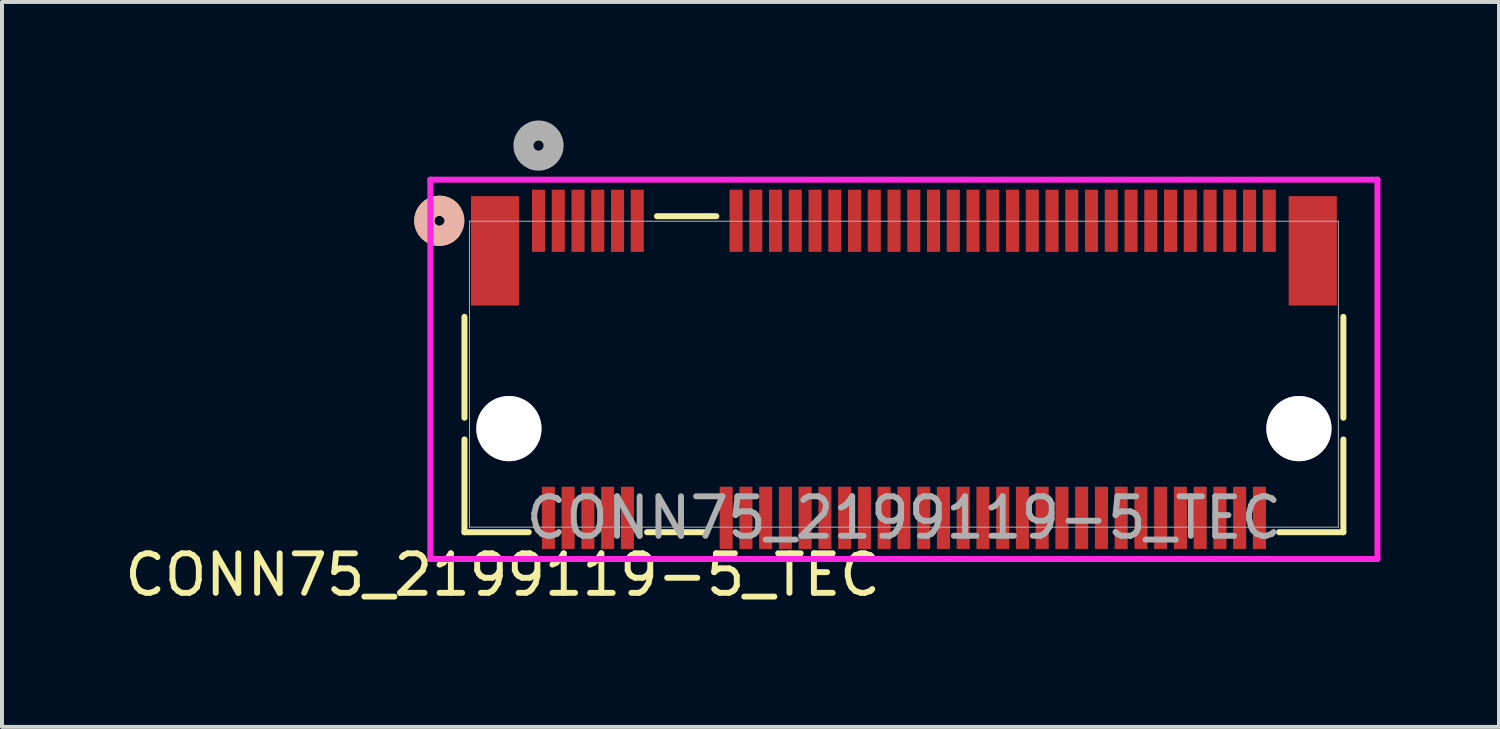
<source format=kicad_pcb>
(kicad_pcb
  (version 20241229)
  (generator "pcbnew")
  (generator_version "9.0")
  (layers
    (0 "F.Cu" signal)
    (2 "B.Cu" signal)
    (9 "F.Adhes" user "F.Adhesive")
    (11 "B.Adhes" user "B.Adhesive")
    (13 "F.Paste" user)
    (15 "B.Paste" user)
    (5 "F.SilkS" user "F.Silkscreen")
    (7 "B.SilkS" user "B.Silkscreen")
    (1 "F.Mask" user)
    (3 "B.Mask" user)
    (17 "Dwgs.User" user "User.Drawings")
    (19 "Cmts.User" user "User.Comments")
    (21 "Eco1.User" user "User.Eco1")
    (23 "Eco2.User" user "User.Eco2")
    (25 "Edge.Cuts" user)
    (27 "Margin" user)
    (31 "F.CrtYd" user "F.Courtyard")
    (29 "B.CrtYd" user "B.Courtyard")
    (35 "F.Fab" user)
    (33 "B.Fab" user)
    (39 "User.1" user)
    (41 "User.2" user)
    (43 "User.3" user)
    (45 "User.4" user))
  (footprint "CONN75_2199119-5_TEC"
    (layer "F.Cu")
    (at 19.833 6.423)
    (property "Reference" "CONN75_2199119-5_TEC" (at -10.16 5.08 0) (unlocked yes) (layer "F.SilkS") (effects (font (size 1 1) (thickness 0.15))))
    (attr smd)
    (fp_line (start -11.125 -1.451) (end -11.125 1.102) (stroke (width 0.152) (type solid)) (layer "F.SilkS"))
    (fp_line (start -11.125 1.651) (end -11.125 4) (stroke (width 0.152) (type solid)) (layer "F.SilkS"))
    (fp_line (start -11.125 4) (end -9.498 4) (stroke (width 0.152) (type solid)) (layer "F.SilkS"))
    (fp_line (start -6.502 4) (end -4.998 4) (stroke (width 0.152) (type solid)) (layer "F.SilkS"))
    (fp_line (start -4.748 -4) (end -6.252 -4) (stroke (width 0.152) (type solid)) (layer "F.SilkS"))
    (fp_line (start 9.498 4) (end 11.125 4) (stroke (width 0.152) (type solid)) (layer "F.SilkS"))
    (fp_line (start 11.125 1.102) (end 11.125 -1.451) (stroke (width 0.152) (type solid)) (layer "F.SilkS"))
    (fp_line (start 11.125 4) (end 11.125 1.651) (stroke (width 0.152) (type solid)) (layer "F.SilkS"))
    (fp_arc (start -11.47014 -3.636465) (mid -12.1412 -3.8835) (end -11.47014 -4.130534) (stroke (width 0.508) (type solid)) (layer "F.SilkS"))
    (fp_circle (center -11.76 -3.884) (end -11.379 -3.884) (stroke (width 0.508) (type solid)) (fill no) (layer "B.SilkS"))
    (fp_line (start -11.988 -4.925) (end -11.988 4.678) (stroke (width 0.152) (type solid)) (layer "F.CrtYd"))
    (fp_line (start -11.988 4.678) (end 11.988 4.678) (stroke (width 0.152) (type solid)) (layer "F.CrtYd"))
    (fp_line (start 11.988 -4.925) (end -11.988 -4.925) (stroke (width 0.152) (type solid)) (layer "F.CrtYd"))
    (fp_line (start 11.988 4.678) (end 11.988 -4.925) (stroke (width 0.152) (type solid)) (layer "F.CrtYd"))
    (fp_line (start -10.998 -3.873) (end -10.998 3.873) (stroke (width 0.025) (type solid)) (layer "F.Fab"))
    (fp_line (start -10.998 3.873) (end 10.998 3.873) (stroke (width 0.025) (type solid)) (layer "F.Fab"))
    (fp_line (start 10.998 -3.873) (end -10.998 -3.873) (stroke (width 0.025) (type solid)) (layer "F.Fab"))
    (fp_line (start 10.998 3.873) (end 10.998 -3.873) (stroke (width 0.025) (type solid)) (layer "F.Fab"))
    (fp_circle (center -9.25 -5.788) (end -8.869 -5.788) (stroke (width 0.508) (type solid)) (fill no) (layer "F.Fab"))
    (fp_text user "${REFERENCE}" (at 0 3.636 0) (unlocked yes) (layer "F.Fab") (effects (font (size 1 1) (thickness 0.15))))
    (pad "1" smd rect (at -9.25 -3.884) (size 0.33 1.575) (layers "F.Cu" "F.Mask" "F.Paste"))
    (pad "2" smd rect (at -9 3.636) (size 0.33 1.575) (layers "F.Cu" "F.Mask" "F.Paste"))
    (pad "3" smd rect (at -8.75 -3.884) (size 0.33 1.575) (layers "F.Cu" "F.Mask" "F.Paste"))
    (pad "4" smd rect (at -8.5 3.636) (size 0.33 1.575) (layers "F.Cu" "F.Mask" "F.Paste"))
    (pad "5" smd rect (at -8.25 -3.884) (size 0.33 1.575) (layers "F.Cu" "F.Mask" "F.Paste"))
    (pad "6" smd rect (at -8 3.636) (size 0.33 1.575) (layers "F.Cu" "F.Mask" "F.Paste"))
    (pad "7" smd rect (at -7.75 -3.884) (size 0.33 1.575) (layers "F.Cu" "F.Mask" "F.Paste"))
    (pad "8" smd rect (at -7.5 3.636) (size 0.33 1.575) (layers "F.Cu" "F.Mask" "F.Paste"))
    (pad "9" smd rect (at -7.25 -3.884) (size 0.33 1.575) (layers "F.Cu" "F.Mask" "F.Paste"))
    (pad "10" smd rect (at -7 3.636) (size 0.33 1.575) (layers "F.Cu" "F.Mask" "F.Paste"))
    (pad "11" smd rect (at -6.75 -3.884) (size 0.33 1.575) (layers "F.Cu" "F.Mask" "F.Paste"))
    (pad "20" smd rect (at -4.5 3.636) (size 0.33 1.575) (layers "F.Cu" "F.Mask" "F.Paste"))
    (pad "21" smd rect (at -4.25 -3.884) (size 0.33 1.575) (layers "F.Cu" "F.Mask" "F.Paste"))
    (pad "22" smd rect (at -4 3.636) (size 0.33 1.575) (layers "F.Cu" "F.Mask" "F.Paste"))
    (pad "23" smd rect (at -3.75 -3.884) (size 0.33 1.575) (layers "F.Cu" "F.Mask" "F.Paste"))
    (pad "24" smd rect (at -3.5 3.636) (size 0.33 1.575) (layers "F.Cu" "F.Mask" "F.Paste"))
    (pad "25" smd rect (at -3.25 -3.884) (size 0.33 1.575) (layers "F.Cu" "F.Mask" "F.Paste"))
    (pad "26" smd rect (at -3 3.636) (size 0.33 1.575) (layers "F.Cu" "F.Mask" "F.Paste"))
    (pad "27" smd rect (at -2.75 -3.884) (size 0.33 1.575) (layers "F.Cu" "F.Mask" "F.Paste"))
    (pad "28" smd rect (at -2.5 3.636) (size 0.33 1.575) (layers "F.Cu" "F.Mask" "F.Paste"))
    (pad "29" smd rect (at -2.25 -3.884) (size 0.33 1.575) (layers "F.Cu" "F.Mask" "F.Paste"))
    (pad "30" smd rect (at -2 3.636) (size 0.33 1.575) (layers "F.Cu" "F.Mask" "F.Paste"))
    (pad "31" smd rect (at -1.75 -3.884) (size 0.33 1.575) (layers "F.Cu" "F.Mask" "F.Paste"))
    (pad "32" smd rect (at -1.5 3.636) (size 0.33 1.575) (layers "F.Cu" "F.Mask" "F.Paste"))
    (pad "33" smd rect (at -1.25 -3.884) (size 0.33 1.575) (layers "F.Cu" "F.Mask" "F.Paste"))
    (pad "34" smd rect (at -1 3.636) (size 0.33 1.575) (layers "F.Cu" "F.Mask" "F.Paste"))
    (pad "35" smd rect (at -0.75 -3.884) (size 0.33 1.575) (layers "F.Cu" "F.Mask" "F.Paste"))
    (pad "36" smd rect (at -0.5 3.636) (size 0.33 1.575) (layers "F.Cu" "F.Mask" "F.Paste"))
    (pad "37" smd rect (at -0.25 -3.884) (size 0.33 1.575) (layers "F.Cu" "F.Mask" "F.Paste"))
    (pad "38" smd rect (at 0 3.636) (size 0.33 1.575) (layers "F.Cu" "F.Mask" "F.Paste"))
    (pad "39" smd rect (at 0.25 -3.884) (size 0.33 1.575) (layers "F.Cu" "F.Mask" "F.Paste"))
    (pad "40" smd rect (at 0.5 3.636) (size 0.33 1.575) (layers "F.Cu" "F.Mask" "F.Paste"))
    (pad "41" smd rect (at 0.75 -3.884) (size 0.33 1.575) (layers "F.Cu" "F.Mask" "F.Paste"))
    (pad "42" smd rect (at 1 3.636) (size 0.33 1.575) (layers "F.Cu" "F.Mask" "F.Paste"))
    (pad "43" smd rect (at 1.25 -3.884) (size 0.33 1.575) (layers "F.Cu" "F.Mask" "F.Paste"))
    (pad "44" smd rect (at 1.5 3.636) (size 0.33 1.575) (layers "F.Cu" "F.Mask" "F.Paste"))
    (pad "45" smd rect (at 1.75 -3.884) (size 0.33 1.575) (layers "F.Cu" "F.Mask" "F.Paste"))
    (pad "46" smd rect (at 2 3.636) (size 0.33 1.575) (layers "F.Cu" "F.Mask" "F.Paste"))
    (pad "47" smd rect (at 2.25 -3.884) (size 0.33 1.575) (layers "F.Cu" "F.Mask" "F.Paste"))
    (pad "48" smd rect (at 2.5 3.636) (size 0.33 1.575) (layers "F.Cu" "F.Mask" "F.Paste"))
    (pad "49" smd rect (at 2.75 -3.884) (size 0.33 1.575) (layers "F.Cu" "F.Mask" "F.Paste"))
    (pad "50" smd rect (at 3 3.636) (size 0.33 1.575) (layers "F.Cu" "F.Mask" "F.Paste"))
    (pad "51" smd rect (at 3.25 -3.884) (size 0.33 1.575) (layers "F.Cu" "F.Mask" "F.Paste"))
    (pad "52" smd rect (at 3.5 3.636) (size 0.33 1.575) (layers "F.Cu" "F.Mask" "F.Paste"))
    (pad "53" smd rect (at 3.75 -3.884) (size 0.33 1.575) (layers "F.Cu" "F.Mask" "F.Paste"))
    (pad "54" smd rect (at 4 3.636) (size 0.33 1.575) (layers "F.Cu" "F.Mask" "F.Paste"))
    (pad "55" smd rect (at 4.25 -3.884) (size 0.33 1.575) (layers "F.Cu" "F.Mask" "F.Paste"))
    (pad "56" smd rect (at 4.5 3.636) (size 0.33 1.575) (layers "F.Cu" "F.Mask" "F.Paste"))
    (pad "57" smd rect (at 4.75 -3.884) (size 0.33 1.575) (layers "F.Cu" "F.Mask" "F.Paste"))
    (pad "58" smd rect (at 5 3.636) (size 0.33 1.575) (layers "F.Cu" "F.Mask" "F.Paste"))
    (pad "59" smd rect (at 5.25 -3.884) (size 0.33 1.575) (layers "F.Cu" "F.Mask" "F.Paste"))
    (pad "60" smd rect (at 5.5 3.636) (size 0.33 1.575) (layers "F.Cu" "F.Mask" "F.Paste"))
    (pad "61" smd rect (at 5.75 -3.884) (size 0.33 1.575) (layers "F.Cu" "F.Mask" "F.Paste"))
    (pad "62" smd rect (at 6 3.636) (size 0.33 1.575) (layers "F.Cu" "F.Mask" "F.Paste"))
    (pad "63" smd rect (at 6.25 -3.884) (size 0.33 1.575) (layers "F.Cu" "F.Mask" "F.Paste"))
    (pad "64" smd rect (at 6.5 3.636) (size 0.33 1.575) (layers "F.Cu" "F.Mask" "F.Paste"))
    (pad "65" smd rect (at 6.75 -3.884) (size 0.33 1.575) (layers "F.Cu" "F.Mask" "F.Paste"))
    (pad "66" smd rect (at 7 3.636) (size 0.33 1.575) (layers "F.Cu" "F.Mask" "F.Paste"))
    (pad "67" smd rect (at 7.25 -3.884) (size 0.33 1.575) (layers "F.Cu" "F.Mask" "F.Paste"))
    (pad "68" smd rect (at 7.5 3.636) (size 0.33 1.575) (layers "F.Cu" "F.Mask" "F.Paste"))
    (pad "69" smd rect (at 7.75 -3.884) (size 0.33 1.575) (layers "F.Cu" "F.Mask" "F.Paste"))
    (pad "70" smd rect (at 8 3.636) (size 0.33 1.575) (layers "F.Cu" "F.Mask" "F.Paste"))
    (pad "71" smd rect (at 8.25 -3.884) (size 0.33 1.575) (layers "F.Cu" "F.Mask" "F.Paste"))
    (pad "72" smd rect (at 8.5 3.636) (size 0.33 1.575) (layers "F.Cu" "F.Mask" "F.Paste"))
    (pad "73" smd rect (at 8.75 -3.884) (size 0.33 1.575) (layers "F.Cu" "F.Mask" "F.Paste"))
    (pad "74" smd rect (at 9 3.636) (size 0.33 1.575) (layers "F.Cu" "F.Mask" "F.Paste"))
    (pad "75" smd rect (at 9.25 -3.884) (size 0.33 1.575) (layers "F.Cu" "F.Mask" "F.Paste"))
    (pad "76" smd rect (at -10.35 -3.123 90) (size 2.769 1.219) (layers "F.Cu" "F.Mask" "F.Paste"))
    (pad "77" smd rect (at 10.35 -3.123 90) (size 2.769 1.219) (layers "F.Cu" "F.Mask" "F.Paste"))
    (pad "78" thru_hole circle (at -10 1.377 90) (size 1.651 1.651) (drill 1.651) (layers "*.Cu" "*.Mask"))
    (pad "79" thru_hole circle (at 10 1.377 90) (size 1.651 1.651) (drill 1.651) (layers "*.Cu" "*.Mask")))
  (gr_rect
    (start -3 -3)
    (end 34.897 15.352)
    (stroke (width 0.1) (type default))
    (fill no)
    (layer "Edge.Cuts")))
</source>
